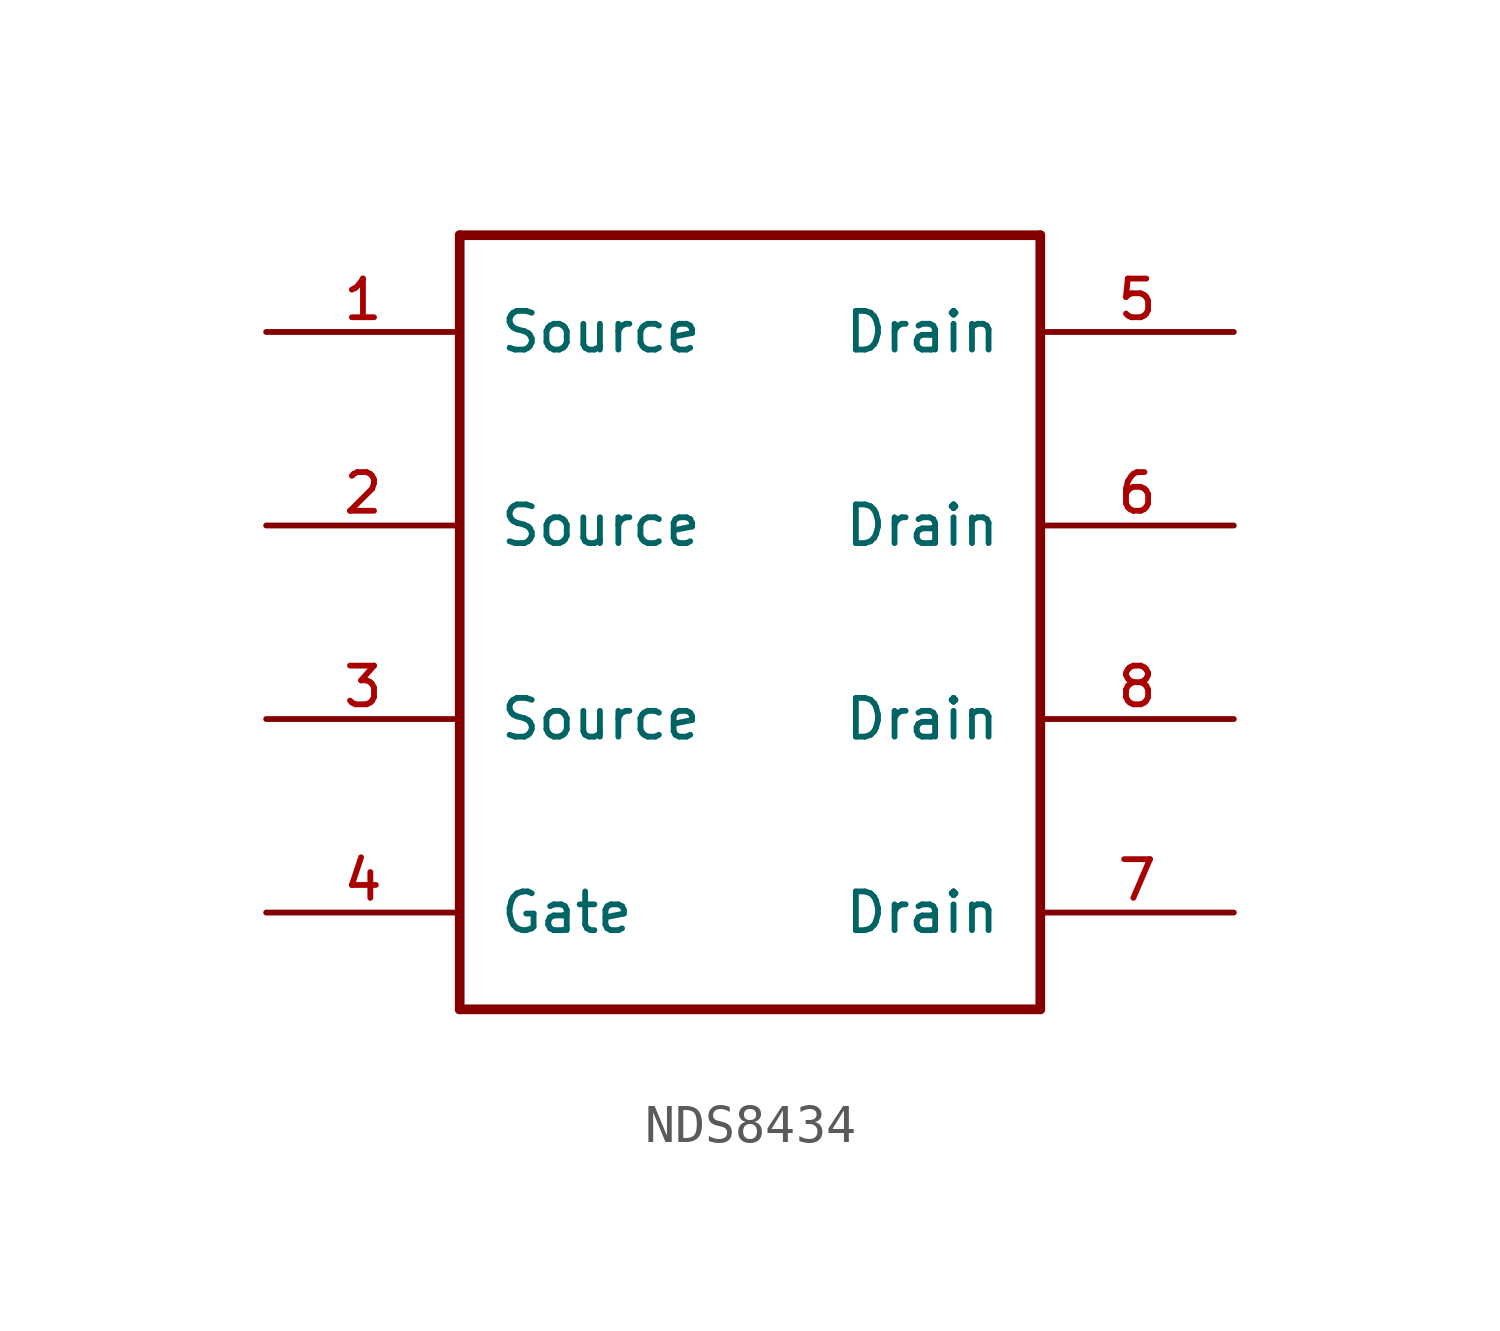
<source format=kicad_sym>
(kicad_symbol_lib
  (version 20211014)
  (generator kicad_symbol_editor)
  (symbol "NDS8434"
    (pin_names
      (offset 1.016))
    (property "Reference" "U"
      (at 0 0 0)
      (effects (font (size 1.27 1.27)) (justify left bottom) hide))
    (symbol "NDS8434_0_0"
      (polyline (pts (xy -7.62 -10.16) (xy -7.62 10.16)) (stroke (width 0.254) (type default) (color 0 0 0 0)) (fill (type none)))
      (polyline (pts (xy -7.62 10.16) (xy 7.62 10.16)) (stroke (width 0.254) (type default) (color 0 0 0 0)) (fill (type none)))
      (polyline (pts (xy 7.62 -10.16) (xy -7.62 -10.16)) (stroke (width 0.254) (type default) (color 0 0 0 0)) (fill (type none)))
      (polyline (pts (xy 7.62 10.16) (xy 7.62 -10.16)) (stroke (width 0.254) (type default) (color 0 0 0 0)) (fill (type none)))
      (pin bidirectional line (at -12.7 7.62 0) (length 5.08) (name "Source" (effects (font (size 1.016 1.016)))) (number "1" (effects (font (size 1.016 1.016)))))
      (pin bidirectional line (at -12.7 2.54 0) (length 5.08) (name "Source" (effects (font (size 1.016 1.016)))) (number "2" (effects (font (size 1.016 1.016)))))
      (pin bidirectional line (at -12.7 -2.54 0) (length 5.08) (name "Source" (effects (font (size 1.016 1.016)))) (number "3" (effects (font (size 1.016 1.016)))))
      (pin bidirectional line (at -12.7 -7.62 0) (length 5.08) (name "Gate" (effects (font (size 1.016 1.016)))) (number "4" (effects (font (size 1.016 1.016)))))
      (pin bidirectional line (at 12.7 7.62 180) (length 5.08) (name "Drain" (effects (font (size 1.016 1.016)))) (number "5" (effects (font (size 1.016 1.016)))))
      (pin bidirectional line (at 12.7 2.54 180) (length 5.08) (name "Drain" (effects (font (size 1.016 1.016)))) (number "6" (effects (font (size 1.016 1.016)))))
      (pin bidirectional line (at 12.7 -7.62 180) (length 5.08) (name "Drain" (effects (font (size 1.016 1.016)))) (number "7" (effects (font (size 1.016 1.016)))))
      (pin bidirectional line (at 12.7 -2.54 180) (length 5.08) (name "Drain" (effects (font (size 1.016 1.016)))) (number "8" (effects (font (size 1.016 1.016))))))))
</source>
